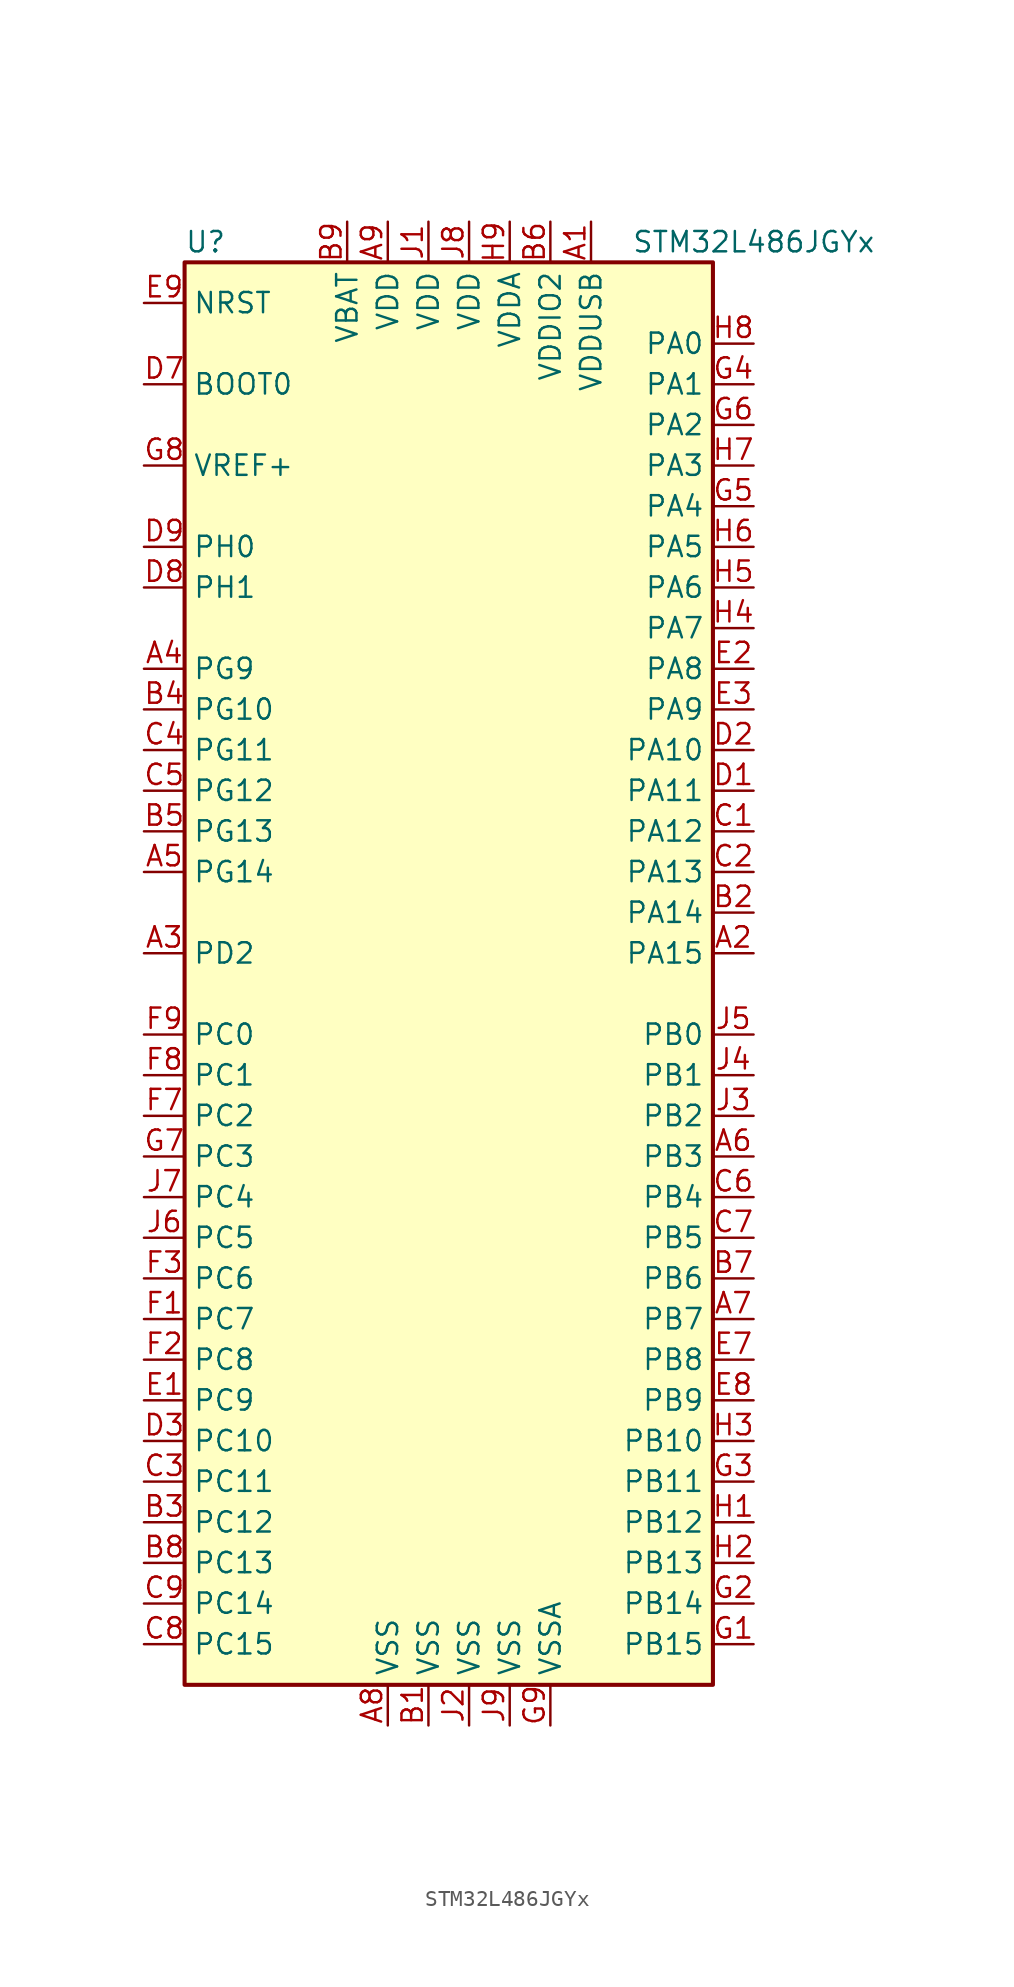
<source format=kicad_sym>
(kicad_symbol_lib
  (version 20201005)
  (generator kicad_symbol_editor)
  (symbol "STM32L486JGYx"
    (property "Reference" "U"
      (at -17.78 44.45 0)
      (effects (font (size 1.27 1.27)) (justify left)))
    (property "Value" "STM32L486JGYx"
      (at 10.16 44.45 0)
      (effects (font (size 1.27 1.27)) (justify left)))
    (symbol "STM32L486JGYx_0_1"
      (rectangle (start -17.78 -45.72) (end 15.24 43.18) (stroke (width 0.254)) (fill (type background))))
    (symbol "STM32L486JGYx_1_1"
      (pin input line (at -20.32 35.56 0) (length 2.54) (name "BOOT0" (effects (font (size 1.27 1.27)))) (number "D7" (effects (font (size 1.27 1.27)))))
      (pin input line (at -20.32 40.64 0) (length 2.54) (name "NRST" (effects (font (size 1.27 1.27)))) (number "E9" (effects (font (size 1.27 1.27)))))
      (pin bidirectional line (at 17.78 38.1 180) (length 2.54) (name "PA0" (effects (font (size 1.27 1.27)))) (number "H8" (effects (font (size 1.27 1.27)))))
      (pin bidirectional line (at 17.78 35.56 180) (length 2.54) (name "PA1" (effects (font (size 1.27 1.27)))) (number "G4" (effects (font (size 1.27 1.27)))))
      (pin bidirectional line (at 17.78 12.7 180) (length 2.54) (name "PA10" (effects (font (size 1.27 1.27)))) (number "D2" (effects (font (size 1.27 1.27)))))
      (pin bidirectional line (at 17.78 10.16 180) (length 2.54) (name "PA11" (effects (font (size 1.27 1.27)))) (number "D1" (effects (font (size 1.27 1.27)))))
      (pin bidirectional line (at 17.78 7.62 180) (length 2.54) (name "PA12" (effects (font (size 1.27 1.27)))) (number "C1" (effects (font (size 1.27 1.27)))))
      (pin bidirectional line (at 17.78 5.08 180) (length 2.54) (name "PA13" (effects (font (size 1.27 1.27)))) (number "C2" (effects (font (size 1.27 1.27)))))
      (pin bidirectional line (at 17.78 2.54 180) (length 2.54) (name "PA14" (effects (font (size 1.27 1.27)))) (number "B2" (effects (font (size 1.27 1.27)))))
      (pin bidirectional line (at 17.78 0 180) (length 2.54) (name "PA15" (effects (font (size 1.27 1.27)))) (number "A2" (effects (font (size 1.27 1.27)))))
      (pin bidirectional line (at 17.78 33.02 180) (length 2.54) (name "PA2" (effects (font (size 1.27 1.27)))) (number "G6" (effects (font (size 1.27 1.27)))))
      (pin bidirectional line (at 17.78 30.48 180) (length 2.54) (name "PA3" (effects (font (size 1.27 1.27)))) (number "H7" (effects (font (size 1.27 1.27)))))
      (pin bidirectional line (at 17.78 27.94 180) (length 2.54) (name "PA4" (effects (font (size 1.27 1.27)))) (number "G5" (effects (font (size 1.27 1.27)))))
      (pin bidirectional line (at 17.78 25.4 180) (length 2.54) (name "PA5" (effects (font (size 1.27 1.27)))) (number "H6" (effects (font (size 1.27 1.27)))))
      (pin bidirectional line (at 17.78 22.86 180) (length 2.54) (name "PA6" (effects (font (size 1.27 1.27)))) (number "H5" (effects (font (size 1.27 1.27)))))
      (pin bidirectional line (at 17.78 20.32 180) (length 2.54) (name "PA7" (effects (font (size 1.27 1.27)))) (number "H4" (effects (font (size 1.27 1.27)))))
      (pin bidirectional line (at 17.78 17.78 180) (length 2.54) (name "PA8" (effects (font (size 1.27 1.27)))) (number "E2" (effects (font (size 1.27 1.27)))))
      (pin bidirectional line (at 17.78 15.24 180) (length 2.54) (name "PA9" (effects (font (size 1.27 1.27)))) (number "E3" (effects (font (size 1.27 1.27)))))
      (pin bidirectional line (at 17.78 -5.08 180) (length 2.54) (name "PB0" (effects (font (size 1.27 1.27)))) (number "J5" (effects (font (size 1.27 1.27)))))
      (pin bidirectional line (at 17.78 -7.62 180) (length 2.54) (name "PB1" (effects (font (size 1.27 1.27)))) (number "J4" (effects (font (size 1.27 1.27)))))
      (pin bidirectional line (at 17.78 -30.48 180) (length 2.54) (name "PB10" (effects (font (size 1.27 1.27)))) (number "H3" (effects (font (size 1.27 1.27)))))
      (pin bidirectional line (at 17.78 -33.02 180) (length 2.54) (name "PB11" (effects (font (size 1.27 1.27)))) (number "G3" (effects (font (size 1.27 1.27)))))
      (pin bidirectional line (at 17.78 -35.56 180) (length 2.54) (name "PB12" (effects (font (size 1.27 1.27)))) (number "H1" (effects (font (size 1.27 1.27)))))
      (pin bidirectional line (at 17.78 -38.1 180) (length 2.54) (name "PB13" (effects (font (size 1.27 1.27)))) (number "H2" (effects (font (size 1.27 1.27)))))
      (pin bidirectional line (at 17.78 -40.64 180) (length 2.54) (name "PB14" (effects (font (size 1.27 1.27)))) (number "G2" (effects (font (size 1.27 1.27)))))
      (pin bidirectional line (at 17.78 -43.18 180) (length 2.54) (name "PB15" (effects (font (size 1.27 1.27)))) (number "G1" (effects (font (size 1.27 1.27)))))
      (pin bidirectional line (at 17.78 -10.16 180) (length 2.54) (name "PB2" (effects (font (size 1.27 1.27)))) (number "J3" (effects (font (size 1.27 1.27)))))
      (pin bidirectional line (at 17.78 -12.7 180) (length 2.54) (name "PB3" (effects (font (size 1.27 1.27)))) (number "A6" (effects (font (size 1.27 1.27)))))
      (pin bidirectional line (at 17.78 -15.24 180) (length 2.54) (name "PB4" (effects (font (size 1.27 1.27)))) (number "C6" (effects (font (size 1.27 1.27)))))
      (pin bidirectional line (at 17.78 -17.78 180) (length 2.54) (name "PB5" (effects (font (size 1.27 1.27)))) (number "C7" (effects (font (size 1.27 1.27)))))
      (pin bidirectional line (at 17.78 -20.32 180) (length 2.54) (name "PB6" (effects (font (size 1.27 1.27)))) (number "B7" (effects (font (size 1.27 1.27)))))
      (pin bidirectional line (at 17.78 -22.86 180) (length 2.54) (name "PB7" (effects (font (size 1.27 1.27)))) (number "A7" (effects (font (size 1.27 1.27)))))
      (pin bidirectional line (at 17.78 -25.4 180) (length 2.54) (name "PB8" (effects (font (size 1.27 1.27)))) (number "E7" (effects (font (size 1.27 1.27)))))
      (pin bidirectional line (at 17.78 -27.94 180) (length 2.54) (name "PB9" (effects (font (size 1.27 1.27)))) (number "E8" (effects (font (size 1.27 1.27)))))
      (pin bidirectional line (at -20.32 -5.08 0) (length 2.54) (name "PC0" (effects (font (size 1.27 1.27)))) (number "F9" (effects (font (size 1.27 1.27)))))
      (pin bidirectional line (at -20.32 -7.62 0) (length 2.54) (name "PC1" (effects (font (size 1.27 1.27)))) (number "F8" (effects (font (size 1.27 1.27)))))
      (pin bidirectional line (at -20.32 -30.48 0) (length 2.54) (name "PC10" (effects (font (size 1.27 1.27)))) (number "D3" (effects (font (size 1.27 1.27)))))
      (pin bidirectional line (at -20.32 -33.02 0) (length 2.54) (name "PC11" (effects (font (size 1.27 1.27)))) (number "C3" (effects (font (size 1.27 1.27)))))
      (pin bidirectional line (at -20.32 -35.56 0) (length 2.54) (name "PC12" (effects (font (size 1.27 1.27)))) (number "B3" (effects (font (size 1.27 1.27)))))
      (pin bidirectional line (at -20.32 -38.1 0) (length 2.54) (name "PC13" (effects (font (size 1.27 1.27)))) (number "B8" (effects (font (size 1.27 1.27)))))
      (pin bidirectional line (at -20.32 -40.64 0) (length 2.54) (name "PC14" (effects (font (size 1.27 1.27)))) (number "C9" (effects (font (size 1.27 1.27)))))
      (pin bidirectional line (at -20.32 -43.18 0) (length 2.54) (name "PC15" (effects (font (size 1.27 1.27)))) (number "C8" (effects (font (size 1.27 1.27)))))
      (pin bidirectional line (at -20.32 -10.16 0) (length 2.54) (name "PC2" (effects (font (size 1.27 1.27)))) (number "F7" (effects (font (size 1.27 1.27)))))
      (pin bidirectional line (at -20.32 -12.7 0) (length 2.54) (name "PC3" (effects (font (size 1.27 1.27)))) (number "G7" (effects (font (size 1.27 1.27)))))
      (pin bidirectional line (at -20.32 -15.24 0) (length 2.54) (name "PC4" (effects (font (size 1.27 1.27)))) (number "J7" (effects (font (size 1.27 1.27)))))
      (pin bidirectional line (at -20.32 -17.78 0) (length 2.54) (name "PC5" (effects (font (size 1.27 1.27)))) (number "J6" (effects (font (size 1.27 1.27)))))
      (pin bidirectional line (at -20.32 -20.32 0) (length 2.54) (name "PC6" (effects (font (size 1.27 1.27)))) (number "F3" (effects (font (size 1.27 1.27)))))
      (pin bidirectional line (at -20.32 -22.86 0) (length 2.54) (name "PC7" (effects (font (size 1.27 1.27)))) (number "F1" (effects (font (size 1.27 1.27)))))
      (pin bidirectional line (at -20.32 -25.4 0) (length 2.54) (name "PC8" (effects (font (size 1.27 1.27)))) (number "F2" (effects (font (size 1.27 1.27)))))
      (pin bidirectional line (at -20.32 -27.94 0) (length 2.54) (name "PC9" (effects (font (size 1.27 1.27)))) (number "E1" (effects (font (size 1.27 1.27)))))
      (pin bidirectional line (at -20.32 0 0) (length 2.54) (name "PD2" (effects (font (size 1.27 1.27)))) (number "A3" (effects (font (size 1.27 1.27)))))
      (pin bidirectional line (at -20.32 15.24 0) (length 2.54) (name "PG10" (effects (font (size 1.27 1.27)))) (number "B4" (effects (font (size 1.27 1.27)))))
      (pin bidirectional line (at -20.32 12.7 0) (length 2.54) (name "PG11" (effects (font (size 1.27 1.27)))) (number "C4" (effects (font (size 1.27 1.27)))))
      (pin bidirectional line (at -20.32 10.16 0) (length 2.54) (name "PG12" (effects (font (size 1.27 1.27)))) (number "C5" (effects (font (size 1.27 1.27)))))
      (pin bidirectional line (at -20.32 7.62 0) (length 2.54) (name "PG13" (effects (font (size 1.27 1.27)))) (number "B5" (effects (font (size 1.27 1.27)))))
      (pin bidirectional line (at -20.32 5.08 0) (length 2.54) (name "PG14" (effects (font (size 1.27 1.27)))) (number "A5" (effects (font (size 1.27 1.27)))))
      (pin bidirectional line (at -20.32 17.78 0) (length 2.54) (name "PG9" (effects (font (size 1.27 1.27)))) (number "A4" (effects (font (size 1.27 1.27)))))
      (pin input line (at -20.32 25.4 0) (length 2.54) (name "PH0" (effects (font (size 1.27 1.27)))) (number "D9" (effects (font (size 1.27 1.27)))))
      (pin input line (at -20.32 22.86 0) (length 2.54) (name "PH1" (effects (font (size 1.27 1.27)))) (number "D8" (effects (font (size 1.27 1.27)))))
      (pin power_in line (at -7.62 45.72 270) (length 2.54) (name "VBAT" (effects (font (size 1.27 1.27)))) (number "B9" (effects (font (size 1.27 1.27)))))
      (pin power_in line (at -5.08 45.72 270) (length 2.54) (name "VDD" (effects (font (size 1.27 1.27)))) (number "A9" (effects (font (size 1.27 1.27)))))
      (pin power_in line (at -2.54 45.72 270) (length 2.54) (name "VDD" (effects (font (size 1.27 1.27)))) (number "J1" (effects (font (size 1.27 1.27)))))
      (pin power_in line (at 0 45.72 270) (length 2.54) (name "VDD" (effects (font (size 1.27 1.27)))) (number "J8" (effects (font (size 1.27 1.27)))))
      (pin power_in line (at 2.54 45.72 270) (length 2.54) (name "VDDA" (effects (font (size 1.27 1.27)))) (number "H9" (effects (font (size 1.27 1.27)))))
      (pin power_in line (at 5.08 45.72 270) (length 2.54) (name "VDDIO2" (effects (font (size 1.27 1.27)))) (number "B6" (effects (font (size 1.27 1.27)))))
      (pin power_in line (at 7.62 45.72 270) (length 2.54) (name "VDDUSB" (effects (font (size 1.27 1.27)))) (number "A1" (effects (font (size 1.27 1.27)))))
      (pin bidirectional line (at -20.32 30.48 0) (length 2.54) (name "VREF+" (effects (font (size 1.27 1.27)))) (number "G8" (effects (font (size 1.27 1.27)))))
      (pin power_in line (at -5.08 -48.26 90) (length 2.54) (name "VSS" (effects (font (size 1.27 1.27)))) (number "A8" (effects (font (size 1.27 1.27)))))
      (pin power_in line (at -2.54 -48.26 90) (length 2.54) (name "VSS" (effects (font (size 1.27 1.27)))) (number "B1" (effects (font (size 1.27 1.27)))))
      (pin power_in line (at 0 -48.26 90) (length 2.54) (name "VSS" (effects (font (size 1.27 1.27)))) (number "J2" (effects (font (size 1.27 1.27)))))
      (pin power_in line (at 2.54 -48.26 90) (length 2.54) (name "VSS" (effects (font (size 1.27 1.27)))) (number "J9" (effects (font (size 1.27 1.27)))))
      (pin power_in line (at 5.08 -48.26 90) (length 2.54) (name "VSSA" (effects (font (size 1.27 1.27)))) (number "G9" (effects (font (size 1.27 1.27))))))))
</source>
